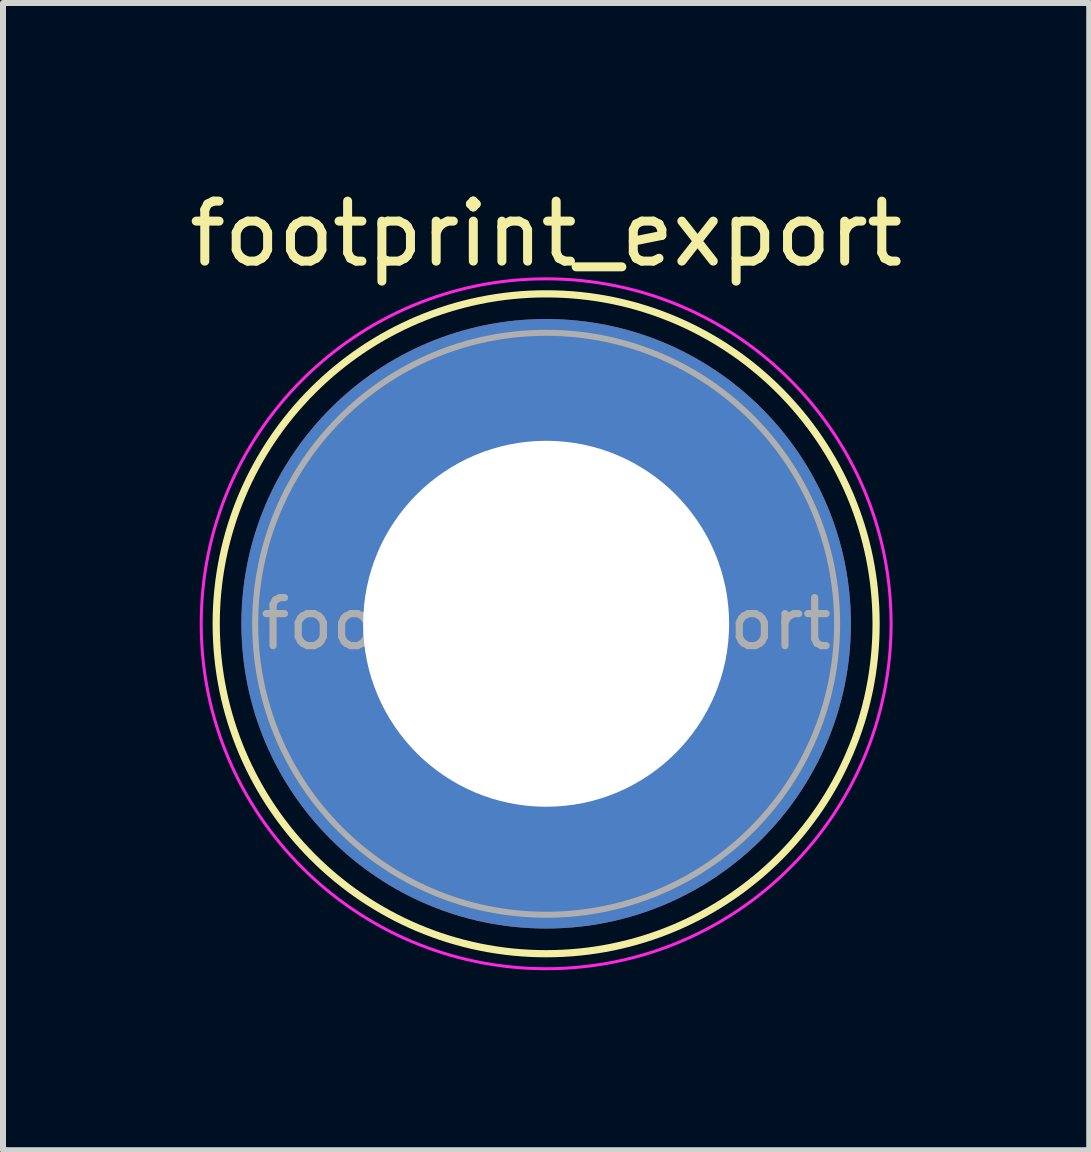
<source format=kicad_pcb>
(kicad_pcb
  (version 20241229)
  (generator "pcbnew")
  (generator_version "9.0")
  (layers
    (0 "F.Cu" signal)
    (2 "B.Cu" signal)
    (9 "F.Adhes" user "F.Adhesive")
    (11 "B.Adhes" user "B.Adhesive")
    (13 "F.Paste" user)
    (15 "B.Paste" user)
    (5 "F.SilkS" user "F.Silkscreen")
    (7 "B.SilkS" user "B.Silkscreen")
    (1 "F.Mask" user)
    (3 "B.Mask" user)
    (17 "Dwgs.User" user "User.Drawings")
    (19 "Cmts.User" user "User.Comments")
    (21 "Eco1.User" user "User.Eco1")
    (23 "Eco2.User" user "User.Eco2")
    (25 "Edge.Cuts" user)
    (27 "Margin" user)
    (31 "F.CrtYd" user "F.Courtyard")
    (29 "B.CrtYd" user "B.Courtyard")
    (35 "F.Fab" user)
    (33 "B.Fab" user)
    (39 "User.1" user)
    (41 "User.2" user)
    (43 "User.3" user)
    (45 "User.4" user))
  (footprint "footprint_export"
    (layer "F.Cu")
    (at 6.054 7.348)
    (property "Reference" "footprint_export" (at 0 -6.5 0) (layer "F.SilkS") (effects (font (size 1 1) (thickness 0.15))))
    (attr through_hole)
    (fp_circle (center 0 0) (end 5.5 0) (stroke (width 0.12) (type solid)) (fill no) (layer "F.SilkS"))
    (fp_circle (center 0 0) (end 5.75 0) (stroke (width 0.05) (type solid)) (fill no) (layer "F.CrtYd"))
    (fp_circle (center 0 0) (end 2 0) (stroke (width 0.1) (type solid)) (fill no) (layer "F.Fab"))
    (fp_circle (center 0 0) (end 4.85 0.05) (stroke (width 0.1) (type solid)) (fill no) (layer "F.Fab"))
    (fp_text user "${REFERENCE}" (at 0 0 0) (layer "F.Fab") (effects (font (size 0.8 0.8) (thickness 0.12))))
    (pad "1" thru_hole circle (at 0 0) (size 10.16 10.16) (drill 6.1) (layers "*.Cu" "*.Mask")))
  (gr_rect
    (start -3 -3)
    (end 15.107 16.123)
    (stroke (width 0.1) (type default))
    (fill no)
    (layer "Edge.Cuts")))
</source>
